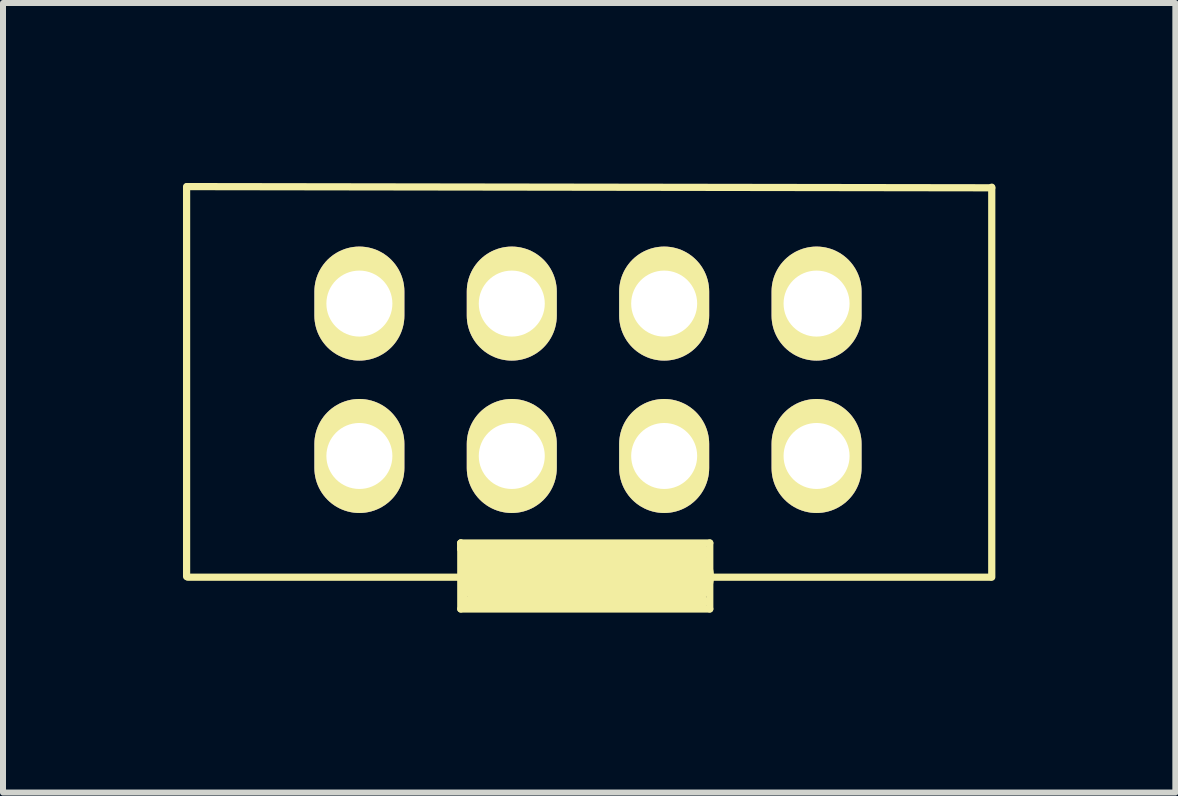
<source format=kicad_pcb>
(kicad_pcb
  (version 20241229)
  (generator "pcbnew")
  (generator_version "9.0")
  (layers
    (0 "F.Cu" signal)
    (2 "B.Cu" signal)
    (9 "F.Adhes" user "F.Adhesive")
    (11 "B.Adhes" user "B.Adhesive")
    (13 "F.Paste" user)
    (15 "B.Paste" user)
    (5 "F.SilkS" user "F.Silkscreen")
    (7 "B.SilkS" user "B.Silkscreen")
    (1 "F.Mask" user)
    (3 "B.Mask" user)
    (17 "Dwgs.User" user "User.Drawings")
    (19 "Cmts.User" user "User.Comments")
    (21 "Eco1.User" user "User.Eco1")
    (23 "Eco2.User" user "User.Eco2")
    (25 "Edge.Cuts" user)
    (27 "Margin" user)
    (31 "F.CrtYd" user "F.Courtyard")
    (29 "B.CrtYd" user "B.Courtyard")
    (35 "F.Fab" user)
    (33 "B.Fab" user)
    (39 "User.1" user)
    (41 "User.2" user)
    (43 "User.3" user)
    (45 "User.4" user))
  (footprint "JTAG-8"
    (layer "F.Cu")
    (at 9.28 3.3)
    (property "Reference" "JTAG-8" (at -6.358 1.229 0) (layer "F.SilkS") (effects (font (size 0.127 0.127) (thickness 0.032))))
    (attr through_hole)
    (fp_line (start -9.22 -3.24) (end -9.22 3.26) (stroke (width 0.12) (type solid)) (layer "F.SilkS"))
    (fp_line (start -9.21 -3.24) (end 4.2 -3.22) (stroke (width 0.12) (type solid)) (layer "F.SilkS"))
    (fp_line (start -4.65 2.7) (end -4.65 2.8) (stroke (width 0.12) (type solid)) (layer "F.SilkS"))
    (fp_line (start -4.65 2.7) (end -0.5 2.7) (stroke (width 0.12) (type solid)) (layer "F.SilkS"))
    (fp_line (start -4.65 2.8) (end -0.6 2.8) (stroke (width 0.12) (type solid)) (layer "F.SilkS"))
    (fp_line (start -4.65 3.8) (end -4.65 2.7) (stroke (width 0.12) (type solid)) (layer "F.SilkS"))
    (fp_line (start -4.6 2.9) (end -4.6 3.7) (stroke (width 0.12) (type solid)) (layer "F.SilkS"))
    (fp_line (start -4.6 3.7) (end -0.6 3.7) (stroke (width 0.12) (type solid)) (layer "F.SilkS"))
    (fp_line (start -4.17 3.26) (end -0.93 3.26) (stroke (width 1) (type solid)) (layer "F.SilkS"))
    (fp_line (start -0.6 2.8) (end -0.6 2.9) (stroke (width 0.12) (type solid)) (layer "F.SilkS"))
    (fp_line (start -0.6 2.9) (end -4.6 2.9) (stroke (width 0.12) (type solid)) (layer "F.SilkS"))
    (fp_line (start -0.6 3.65) (end -4.55 3.65) (stroke (width 0.12) (type solid)) (layer "F.SilkS"))
    (fp_line (start -0.6 3.7) (end -0.6 3.65) (stroke (width 0.12) (type solid)) (layer "F.SilkS"))
    (fp_line (start -0.5 2.7) (end -0.5 3.8) (stroke (width 0.12) (type solid)) (layer "F.SilkS"))
    (fp_line (start -0.5 3.8) (end -4.65 3.8) (stroke (width 0.12) (type solid)) (layer "F.SilkS"))
    (fp_line (start 4.18 3.27) (end -9.2 3.27) (stroke (width 0.12) (type solid)) (layer "F.SilkS"))
    (fp_line (start 4.2 3.27) (end 4.2 -3.23) (stroke (width 0.12) (type solid)) (layer "F.SilkS"))
    (pad "1" thru_hole oval (at -6.34 1.25) (size 1.5 1.9) (drill 1.1) (layers "*.Cu" "*.Mask" "F.SilkS"))
    (pad "2" thru_hole oval (at -6.34 -1.29) (size 1.5 1.9) (drill 1.1) (layers "*.Cu" "*.Mask" "F.SilkS"))
    (pad "3" thru_hole oval (at -3.8 1.25) (size 1.5 1.9) (drill 1.1) (layers "*.Cu" "*.Mask" "F.SilkS"))
    (pad "4" thru_hole oval (at -3.8 -1.29) (size 1.5 1.9) (drill 1.1) (layers "*.Cu" "*.Mask" "F.SilkS"))
    (pad "5" thru_hole oval (at -1.26 1.25) (size 1.5 1.9) (drill 1.1) (layers "*.Cu" "*.Mask" "F.SilkS"))
    (pad "6" thru_hole oval (at -1.26 -1.29) (size 1.5 1.9) (drill 1.1) (layers "*.Cu" "*.Mask" "F.SilkS"))
    (pad "7" thru_hole oval (at 1.28 1.25) (size 1.5 1.9) (drill 1.1) (layers "*.Cu" "*.Mask" "F.SilkS"))
    (pad "8" thru_hole oval (at 1.28 -1.29) (size 1.5 1.9) (drill 1.1) (layers "*.Cu" "*.Mask" "F.SilkS")))
  (gr_rect
    (start -3 -3)
    (end 16.54 10.16)
    (stroke (width 0.1) (type default))
    (fill no)
    (layer "Edge.Cuts")))
</source>
